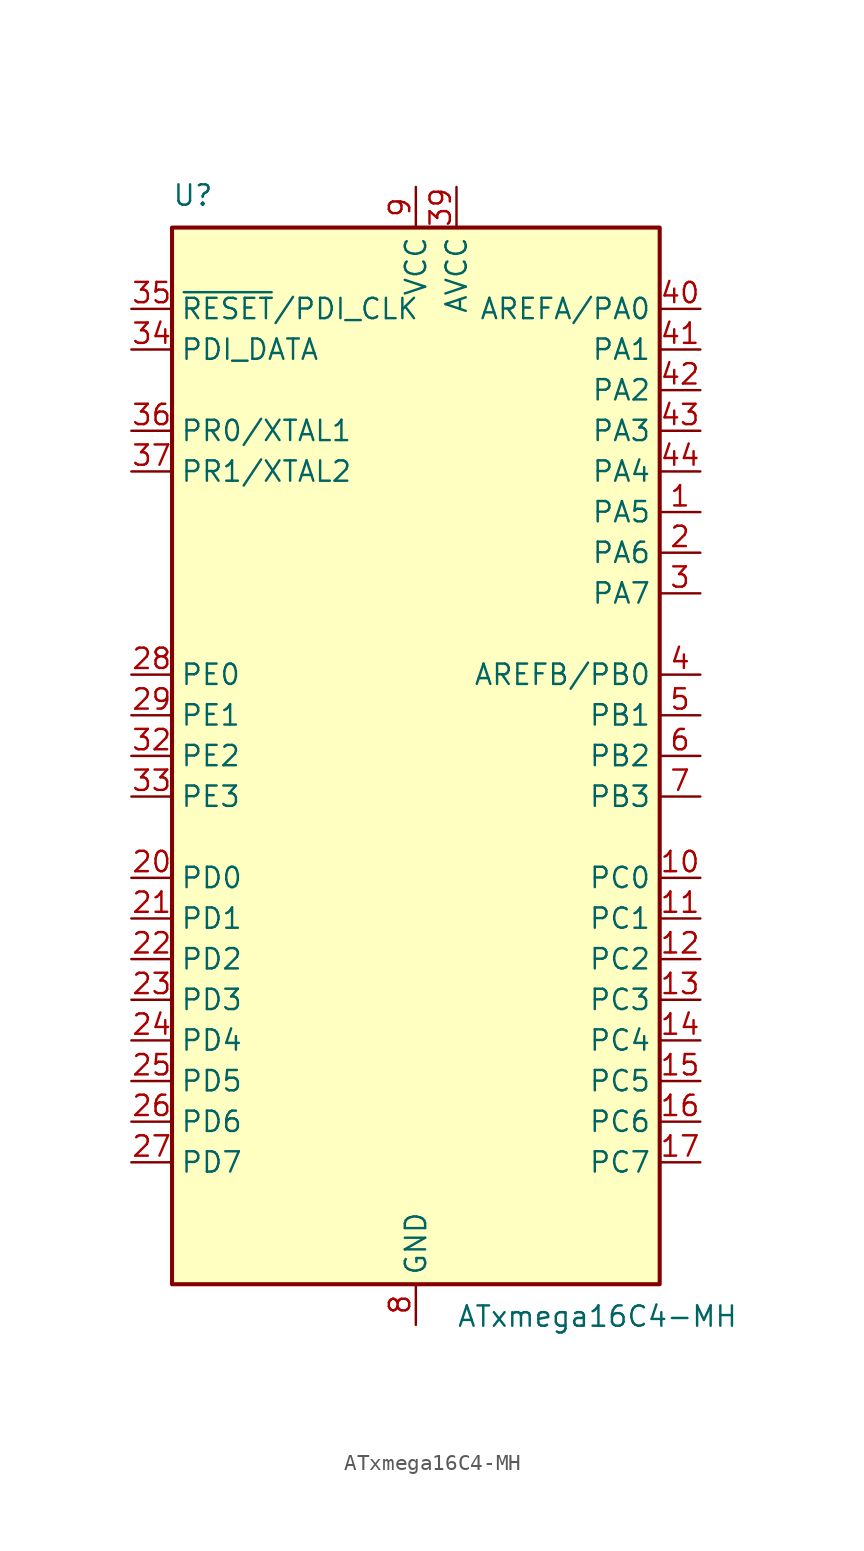
<source format=kicad_sym>
(kicad_symbol_lib
  (version 20211014)
  (generator kicad_symbol_editor)
  (symbol "ATxmega16C4-MH"
    (property "Reference" "U"
      (at -15.24 34.29 0)
      (effects (font (size 1.27 1.27)) (justify left bottom)))
    (property "Value" "ATxmega16C4-MH"
      (at 2.54 -34.29 0)
      (effects (font (size 1.27 1.27)) (justify left top)))
    (symbol "ATxmega16C4-MH_0_1"
      (rectangle (start -15.24 -33.02) (end 15.24 33.02) (stroke (width 0.254) (type default) (color 0 0 0 0)) (fill (type background))))
    (symbol "ATxmega16C4-MH_1_1"
      (pin bidirectional line (at 17.78 15.24 180) (length 2.54) (name "PA5" (effects (font (size 1.27 1.27)))) (number "1" (effects (font (size 1.27 1.27)))))
      (pin bidirectional line (at 17.78 -7.62 180) (length 2.54) (name "PC0" (effects (font (size 1.27 1.27)))) (number "10" (effects (font (size 1.27 1.27)))))
      (pin bidirectional line (at 17.78 -10.16 180) (length 2.54) (name "PC1" (effects (font (size 1.27 1.27)))) (number "11" (effects (font (size 1.27 1.27)))))
      (pin bidirectional line (at 17.78 -12.7 180) (length 2.54) (name "PC2" (effects (font (size 1.27 1.27)))) (number "12" (effects (font (size 1.27 1.27)))))
      (pin bidirectional line (at 17.78 -15.24 180) (length 2.54) (name "PC3" (effects (font (size 1.27 1.27)))) (number "13" (effects (font (size 1.27 1.27)))))
      (pin bidirectional line (at 17.78 -17.78 180) (length 2.54) (name "PC4" (effects (font (size 1.27 1.27)))) (number "14" (effects (font (size 1.27 1.27)))))
      (pin bidirectional line (at 17.78 -20.32 180) (length 2.54) (name "PC5" (effects (font (size 1.27 1.27)))) (number "15" (effects (font (size 1.27 1.27)))))
      (pin bidirectional line (at 17.78 -22.86 180) (length 2.54) (name "PC6" (effects (font (size 1.27 1.27)))) (number "16" (effects (font (size 1.27 1.27)))))
      (pin bidirectional line (at 17.78 -25.4 180) (length 2.54) (name "PC7" (effects (font (size 1.27 1.27)))) (number "17" (effects (font (size 1.27 1.27)))))
      (pin passive line (at 0 -35.56 90) (length 2.54) hide (name "GND" (effects (font (size 1.27 1.27)))) (number "18" (effects (font (size 1.27 1.27)))))
      (pin passive line (at 0 35.56 270) (length 2.54) hide (name "VCC" (effects (font (size 1.27 1.27)))) (number "19" (effects (font (size 1.27 1.27)))))
      (pin bidirectional line (at 17.78 12.7 180) (length 2.54) (name "PA6" (effects (font (size 1.27 1.27)))) (number "2" (effects (font (size 1.27 1.27)))))
      (pin bidirectional line (at -17.78 -7.62 0) (length 2.54) (name "PD0" (effects (font (size 1.27 1.27)))) (number "20" (effects (font (size 1.27 1.27)))))
      (pin bidirectional line (at -17.78 -10.16 0) (length 2.54) (name "PD1" (effects (font (size 1.27 1.27)))) (number "21" (effects (font (size 1.27 1.27)))))
      (pin bidirectional line (at -17.78 -12.7 0) (length 2.54) (name "PD2" (effects (font (size 1.27 1.27)))) (number "22" (effects (font (size 1.27 1.27)))))
      (pin bidirectional line (at -17.78 -15.24 0) (length 2.54) (name "PD3" (effects (font (size 1.27 1.27)))) (number "23" (effects (font (size 1.27 1.27)))))
      (pin bidirectional line (at -17.78 -17.78 0) (length 2.54) (name "PD4" (effects (font (size 1.27 1.27)))) (number "24" (effects (font (size 1.27 1.27)))))
      (pin bidirectional line (at -17.78 -20.32 0) (length 2.54) (name "PD5" (effects (font (size 1.27 1.27)))) (number "25" (effects (font (size 1.27 1.27)))))
      (pin bidirectional line (at -17.78 -22.86 0) (length 2.54) (name "PD6" (effects (font (size 1.27 1.27)))) (number "26" (effects (font (size 1.27 1.27)))))
      (pin bidirectional line (at -17.78 -25.4 0) (length 2.54) (name "PD7" (effects (font (size 1.27 1.27)))) (number "27" (effects (font (size 1.27 1.27)))))
      (pin bidirectional line (at -17.78 5.08 0) (length 2.54) (name "PE0" (effects (font (size 1.27 1.27)))) (number "28" (effects (font (size 1.27 1.27)))))
      (pin bidirectional line (at -17.78 2.54 0) (length 2.54) (name "PE1" (effects (font (size 1.27 1.27)))) (number "29" (effects (font (size 1.27 1.27)))))
      (pin bidirectional line (at 17.78 10.16 180) (length 2.54) (name "PA7" (effects (font (size 1.27 1.27)))) (number "3" (effects (font (size 1.27 1.27)))))
      (pin passive line (at 0 -35.56 90) (length 2.54) hide (name "GND" (effects (font (size 1.27 1.27)))) (number "30" (effects (font (size 1.27 1.27)))))
      (pin passive line (at 0 35.56 270) (length 2.54) hide (name "VCC" (effects (font (size 1.27 1.27)))) (number "31" (effects (font (size 1.27 1.27)))))
      (pin bidirectional line (at -17.78 0 0) (length 2.54) (name "PE2" (effects (font (size 1.27 1.27)))) (number "32" (effects (font (size 1.27 1.27)))))
      (pin bidirectional line (at -17.78 -2.54 0) (length 2.54) (name "PE3" (effects (font (size 1.27 1.27)))) (number "33" (effects (font (size 1.27 1.27)))))
      (pin bidirectional line (at -17.78 25.4 0) (length 2.54) (name "PDI_DATA" (effects (font (size 1.27 1.27)))) (number "34" (effects (font (size 1.27 1.27)))))
      (pin input line (at -17.78 27.94 0) (length 2.54) (name "~{RESET}/PDI_CLK" (effects (font (size 1.27 1.27)))) (number "35" (effects (font (size 1.27 1.27)))))
      (pin bidirectional line (at -17.78 20.32 0) (length 2.54) (name "PR0/XTAL1" (effects (font (size 1.27 1.27)))) (number "36" (effects (font (size 1.27 1.27)))))
      (pin bidirectional line (at -17.78 17.78 0) (length 2.54) (name "PR1/XTAL2" (effects (font (size 1.27 1.27)))) (number "37" (effects (font (size 1.27 1.27)))))
      (pin passive line (at 0 -35.56 90) (length 2.54) hide (name "GND" (effects (font (size 1.27 1.27)))) (number "38" (effects (font (size 1.27 1.27)))))
      (pin power_in line (at 2.54 35.56 270) (length 2.54) (name "AVCC" (effects (font (size 1.27 1.27)))) (number "39" (effects (font (size 1.27 1.27)))))
      (pin bidirectional line (at 17.78 5.08 180) (length 2.54) (name "AREFB/PB0" (effects (font (size 1.27 1.27)))) (number "4" (effects (font (size 1.27 1.27)))))
      (pin bidirectional line (at 17.78 27.94 180) (length 2.54) (name "AREFA/PA0" (effects (font (size 1.27 1.27)))) (number "40" (effects (font (size 1.27 1.27)))))
      (pin bidirectional line (at 17.78 25.4 180) (length 2.54) (name "PA1" (effects (font (size 1.27 1.27)))) (number "41" (effects (font (size 1.27 1.27)))))
      (pin bidirectional line (at 17.78 22.86 180) (length 2.54) (name "PA2" (effects (font (size 1.27 1.27)))) (number "42" (effects (font (size 1.27 1.27)))))
      (pin bidirectional line (at 17.78 20.32 180) (length 2.54) (name "PA3" (effects (font (size 1.27 1.27)))) (number "43" (effects (font (size 1.27 1.27)))))
      (pin bidirectional line (at 17.78 17.78 180) (length 2.54) (name "PA4" (effects (font (size 1.27 1.27)))) (number "44" (effects (font (size 1.27 1.27)))))
      (pin passive line (at 0 -35.56 90) (length 2.54) hide (name "GND" (effects (font (size 1.27 1.27)))) (number "45" (effects (font (size 1.27 1.27)))))
      (pin bidirectional line (at 17.78 2.54 180) (length 2.54) (name "PB1" (effects (font (size 1.27 1.27)))) (number "5" (effects (font (size 1.27 1.27)))))
      (pin bidirectional line (at 17.78 0 180) (length 2.54) (name "PB2" (effects (font (size 1.27 1.27)))) (number "6" (effects (font (size 1.27 1.27)))))
      (pin bidirectional line (at 17.78 -2.54 180) (length 2.54) (name "PB3" (effects (font (size 1.27 1.27)))) (number "7" (effects (font (size 1.27 1.27)))))
      (pin power_in line (at 0 -35.56 90) (length 2.54) (name "GND" (effects (font (size 1.27 1.27)))) (number "8" (effects (font (size 1.27 1.27)))))
      (pin power_in line (at 0 35.56 270) (length 2.54) (name "VCC" (effects (font (size 1.27 1.27)))) (number "9" (effects (font (size 1.27 1.27))))))))
</source>
